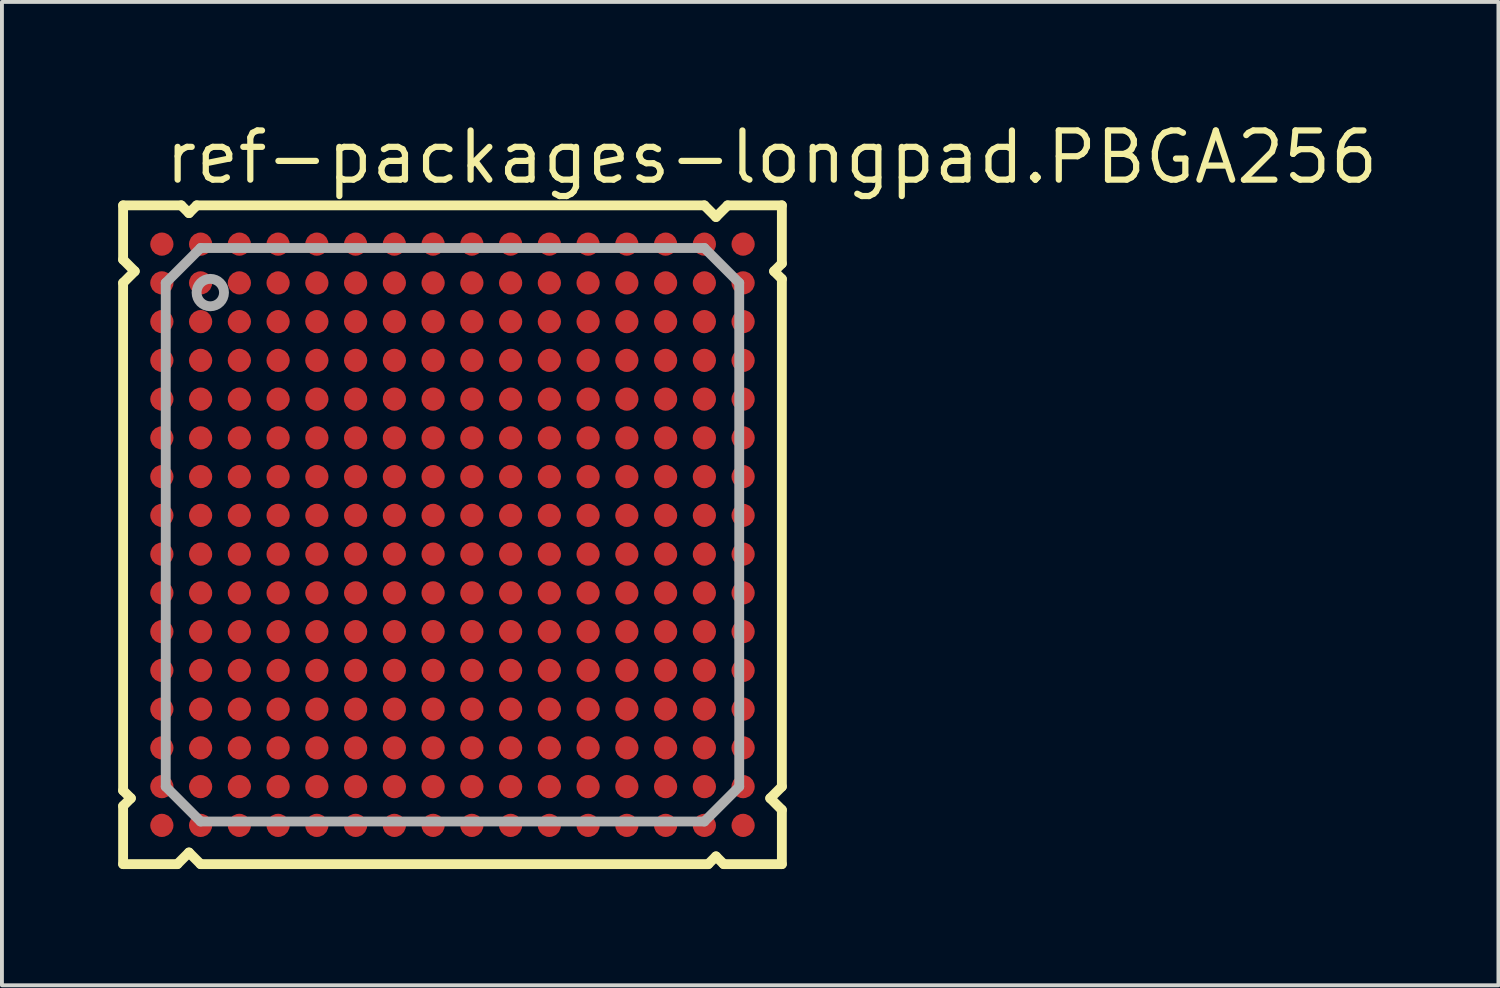
<source format=kicad_pcb>
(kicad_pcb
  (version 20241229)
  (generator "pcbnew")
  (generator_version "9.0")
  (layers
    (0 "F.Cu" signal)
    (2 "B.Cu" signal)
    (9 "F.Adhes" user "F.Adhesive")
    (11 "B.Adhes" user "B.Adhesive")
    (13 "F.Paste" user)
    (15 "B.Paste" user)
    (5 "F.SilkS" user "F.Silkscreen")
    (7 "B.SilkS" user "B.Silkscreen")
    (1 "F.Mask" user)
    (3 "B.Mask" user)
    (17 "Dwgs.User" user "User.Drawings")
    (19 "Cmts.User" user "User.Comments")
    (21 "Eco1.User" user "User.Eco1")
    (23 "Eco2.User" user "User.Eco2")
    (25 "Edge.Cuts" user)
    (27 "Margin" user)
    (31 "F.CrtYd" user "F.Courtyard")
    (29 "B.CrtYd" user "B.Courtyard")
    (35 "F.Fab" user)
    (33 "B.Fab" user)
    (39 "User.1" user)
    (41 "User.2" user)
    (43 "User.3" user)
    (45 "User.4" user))
  (footprint "ref-packages-longpad.PBGA256"
    (layer "F.Cu")
    (at 8.627 10.75)
    (property "Reference" "ref-packages-longpad.PBGA256" (at -7.5 -9 0) (layer "F.SilkS") (effects (font (size 1.27 1.27) (thickness 0.16)) (justify left bottom)))
    (attr smd)
    (fp_line (start -8.5 -8.5) (end -7 -8.5) (stroke (width 0.254) (type default)) (layer "F.SilkS"))
    (fp_line (start -8.5 -7.1) (end -8.5 -8.5) (stroke (width 0.254) (type default)) (layer "F.SilkS"))
    (fp_line (start -8.5 -6.5) (end -8.2 -6.8) (stroke (width 0.254) (type default)) (layer "F.SilkS"))
    (fp_line (start -8.5 6.6) (end -8.5 -6.5) (stroke (width 0.254) (type default)) (layer "F.SilkS"))
    (fp_line (start -8.5 7) (end -8.3 6.8) (stroke (width 0.254) (type default)) (layer "F.SilkS"))
    (fp_line (start -8.5 8.5) (end -8.5 7) (stroke (width 0.254) (type default)) (layer "F.SilkS"))
    (fp_line (start -8.3 6.8) (end -8.5 6.6) (stroke (width 0.254) (type default)) (layer "F.SilkS"))
    (fp_line (start -8.2 -6.8) (end -8.5 -7.1) (stroke (width 0.254) (type default)) (layer "F.SilkS"))
    (fp_line (start -7.1 8.5) (end -8.5 8.5) (stroke (width 0.254) (type default)) (layer "F.SilkS"))
    (fp_line (start -7 -8.5) (end -6.8 -8.3) (stroke (width 0.254) (type default)) (layer "F.SilkS"))
    (fp_line (start -6.8 -8.3) (end -6.6 -8.5) (stroke (width 0.254) (type default)) (layer "F.SilkS"))
    (fp_line (start -6.8 8.2) (end -7.1 8.5) (stroke (width 0.254) (type default)) (layer "F.SilkS"))
    (fp_line (start -6.6 -8.5) (end 6.5 -8.5) (stroke (width 0.254) (type default)) (layer "F.SilkS"))
    (fp_line (start -6.5 8.5) (end -6.8 8.2) (stroke (width 0.254) (type default)) (layer "F.SilkS"))
    (fp_line (start 6.5 -8.5) (end 6.8 -8.2) (stroke (width 0.254) (type default)) (layer "F.SilkS"))
    (fp_line (start 6.6 8.5) (end -6.5 8.5) (stroke (width 0.254) (type default)) (layer "F.SilkS"))
    (fp_line (start 6.8 -8.2) (end 7.1 -8.5) (stroke (width 0.254) (type default)) (layer "F.SilkS"))
    (fp_line (start 6.8 8.3) (end 6.6 8.5) (stroke (width 0.254) (type default)) (layer "F.SilkS"))
    (fp_line (start 7 8.5) (end 6.8 8.3) (stroke (width 0.254) (type default)) (layer "F.SilkS"))
    (fp_line (start 7.1 -8.5) (end 8.5 -8.5) (stroke (width 0.254) (type default)) (layer "F.SilkS"))
    (fp_line (start 8.2 6.8) (end 8.5 7.1) (stroke (width 0.254) (type default)) (layer "F.SilkS"))
    (fp_line (start 8.3 -6.8) (end 8.5 -6.6) (stroke (width 0.254) (type default)) (layer "F.SilkS"))
    (fp_line (start 8.5 -8.5) (end 8.5 -7) (stroke (width 0.254) (type default)) (layer "F.SilkS"))
    (fp_line (start 8.5 -7) (end 8.3 -6.8) (stroke (width 0.254) (type default)) (layer "F.SilkS"))
    (fp_line (start 8.5 -6.6) (end 8.5 6.5) (stroke (width 0.254) (type default)) (layer "F.SilkS"))
    (fp_line (start 8.5 6.5) (end 8.2 6.8) (stroke (width 0.254) (type default)) (layer "F.SilkS"))
    (fp_line (start 8.5 7.1) (end 8.5 8.5) (stroke (width 0.254) (type default)) (layer "F.SilkS"))
    (fp_line (start 8.5 8.5) (end 7 8.5) (stroke (width 0.254) (type default)) (layer "F.SilkS"))
    (fp_line (start -7.4 -6.5) (end -6.5 -7.4) (stroke (width 0.254) (type default)) (layer "F.Fab"))
    (fp_line (start -7.4 6.5) (end -7.4 -6.5) (stroke (width 0.254) (type default)) (layer "F.Fab"))
    (fp_line (start -6.5 -7.4) (end 6.5 -7.4) (stroke (width 0.254) (type default)) (layer "F.Fab"))
    (fp_line (start -6.5 7.4) (end -7.4 6.5) (stroke (width 0.254) (type default)) (layer "F.Fab"))
    (fp_line (start 6.5 -7.4) (end 7.4 -6.5) (stroke (width 0.254) (type default)) (layer "F.Fab"))
    (fp_line (start 6.5 7.4) (end -6.5 7.4) (stroke (width 0.254) (type default)) (layer "F.Fab"))
    (fp_line (start 7.4 -6.5) (end 7.4 6.5) (stroke (width 0.254) (type default)) (layer "F.Fab"))
    (fp_line (start 7.4 6.5) (end 6.5 7.4) (stroke (width 0.254) (type default)) (layer "F.Fab"))
    (fp_circle (center -6.25 -6.25) (end -5.896 -6.25) (stroke (width 0.254) (type default)) (fill no) (layer "F.Fab"))
    (pad "A1" smd roundrect (at -7.5 -7.5) (size 0.6 0.6) (layers "F.Cu" "F.Mask" "F.Paste") (roundrect_rratio 0.5))
    (pad "A2" smd roundrect (at -6.5 -7.5) (size 0.6 0.6) (layers "F.Cu" "F.Mask" "F.Paste") (roundrect_rratio 0.5))
    (pad "A3" smd roundrect (at -5.5 -7.5) (size 0.6 0.6) (layers "F.Cu" "F.Mask" "F.Paste") (roundrect_rratio 0.5))
    (pad "A4" smd roundrect (at -4.5 -7.5) (size 0.6 0.6) (layers "F.Cu" "F.Mask" "F.Paste") (roundrect_rratio 0.5))
    (pad "A5" smd roundrect (at -3.5 -7.5) (size 0.6 0.6) (layers "F.Cu" "F.Mask" "F.Paste") (roundrect_rratio 0.5))
    (pad "A6" smd roundrect (at -2.5 -7.5) (size 0.6 0.6) (layers "F.Cu" "F.Mask" "F.Paste") (roundrect_rratio 0.5))
    (pad "A7" smd roundrect (at -1.5 -7.5) (size 0.6 0.6) (layers "F.Cu" "F.Mask" "F.Paste") (roundrect_rratio 0.5))
    (pad "A8" smd roundrect (at -0.5 -7.5) (size 0.6 0.6) (layers "F.Cu" "F.Mask" "F.Paste") (roundrect_rratio 0.5))
    (pad "A9" smd roundrect (at 0.5 -7.5) (size 0.6 0.6) (layers "F.Cu" "F.Mask" "F.Paste") (roundrect_rratio 0.5))
    (pad "A10" smd roundrect (at 1.5 -7.5) (size 0.6 0.6) (layers "F.Cu" "F.Mask" "F.Paste") (roundrect_rratio 0.5))
    (pad "A11" smd roundrect (at 2.5 -7.5) (size 0.6 0.6) (layers "F.Cu" "F.Mask" "F.Paste") (roundrect_rratio 0.5))
    (pad "A12" smd roundrect (at 3.5 -7.5) (size 0.6 0.6) (layers "F.Cu" "F.Mask" "F.Paste") (roundrect_rratio 0.5))
    (pad "A13" smd roundrect (at 4.5 -7.5) (size 0.6 0.6) (layers "F.Cu" "F.Mask" "F.Paste") (roundrect_rratio 0.5))
    (pad "A14" smd roundrect (at 5.5 -7.5) (size 0.6 0.6) (layers "F.Cu" "F.Mask" "F.Paste") (roundrect_rratio 0.5))
    (pad "A15" smd roundrect (at 6.5 -7.5) (size 0.6 0.6) (layers "F.Cu" "F.Mask" "F.Paste") (roundrect_rratio 0.5))
    (pad "A16" smd roundrect (at 7.5 -7.5) (size 0.6 0.6) (layers "F.Cu" "F.Mask" "F.Paste") (roundrect_rratio 0.5))
    (pad "B1" smd roundrect (at -7.5 -6.5) (size 0.6 0.6) (layers "F.Cu" "F.Mask" "F.Paste") (roundrect_rratio 0.5))
    (pad "B2" smd roundrect (at -6.5 -6.5) (size 0.6 0.6) (layers "F.Cu" "F.Mask" "F.Paste") (roundrect_rratio 0.5))
    (pad "B3" smd roundrect (at -5.5 -6.5) (size 0.6 0.6) (layers "F.Cu" "F.Mask" "F.Paste") (roundrect_rratio 0.5))
    (pad "B4" smd roundrect (at -4.5 -6.5) (size 0.6 0.6) (layers "F.Cu" "F.Mask" "F.Paste") (roundrect_rratio 0.5))
    (pad "B5" smd roundrect (at -3.5 -6.5) (size 0.6 0.6) (layers "F.Cu" "F.Mask" "F.Paste") (roundrect_rratio 0.5))
    (pad "B6" smd roundrect (at -2.5 -6.5) (size 0.6 0.6) (layers "F.Cu" "F.Mask" "F.Paste") (roundrect_rratio 0.5))
    (pad "B7" smd roundrect (at -1.5 -6.5) (size 0.6 0.6) (layers "F.Cu" "F.Mask" "F.Paste") (roundrect_rratio 0.5))
    (pad "B8" smd roundrect (at -0.5 -6.5) (size 0.6 0.6) (layers "F.Cu" "F.Mask" "F.Paste") (roundrect_rratio 0.5))
    (pad "B9" smd roundrect (at 0.5 -6.5) (size 0.6 0.6) (layers "F.Cu" "F.Mask" "F.Paste") (roundrect_rratio 0.5))
    (pad "B10" smd roundrect (at 1.5 -6.5) (size 0.6 0.6) (layers "F.Cu" "F.Mask" "F.Paste") (roundrect_rratio 0.5))
    (pad "B11" smd roundrect (at 2.5 -6.5) (size 0.6 0.6) (layers "F.Cu" "F.Mask" "F.Paste") (roundrect_rratio 0.5))
    (pad "B12" smd roundrect (at 3.5 -6.5) (size 0.6 0.6) (layers "F.Cu" "F.Mask" "F.Paste") (roundrect_rratio 0.5))
    (pad "B13" smd roundrect (at 4.5 -6.5) (size 0.6 0.6) (layers "F.Cu" "F.Mask" "F.Paste") (roundrect_rratio 0.5))
    (pad "B14" smd roundrect (at 5.5 -6.5) (size 0.6 0.6) (layers "F.Cu" "F.Mask" "F.Paste") (roundrect_rratio 0.5))
    (pad "B15" smd roundrect (at 6.5 -6.5) (size 0.6 0.6) (layers "F.Cu" "F.Mask" "F.Paste") (roundrect_rratio 0.5))
    (pad "B16" smd roundrect (at 7.5 -6.5) (size 0.6 0.6) (layers "F.Cu" "F.Mask" "F.Paste") (roundrect_rratio 0.5))
    (pad "C1" smd roundrect (at -7.5 -5.5) (size 0.6 0.6) (layers "F.Cu" "F.Mask" "F.Paste") (roundrect_rratio 0.5))
    (pad "C2" smd roundrect (at -6.5 -5.5) (size 0.6 0.6) (layers "F.Cu" "F.Mask" "F.Paste") (roundrect_rratio 0.5))
    (pad "C3" smd roundrect (at -5.5 -5.5) (size 0.6 0.6) (layers "F.Cu" "F.Mask" "F.Paste") (roundrect_rratio 0.5))
    (pad "C4" smd roundrect (at -4.5 -5.5) (size 0.6 0.6) (layers "F.Cu" "F.Mask" "F.Paste") (roundrect_rratio 0.5))
    (pad "C5" smd roundrect (at -3.5 -5.5) (size 0.6 0.6) (layers "F.Cu" "F.Mask" "F.Paste") (roundrect_rratio 0.5))
    (pad "C6" smd roundrect (at -2.5 -5.5) (size 0.6 0.6) (layers "F.Cu" "F.Mask" "F.Paste") (roundrect_rratio 0.5))
    (pad "C7" smd roundrect (at -1.5 -5.5) (size 0.6 0.6) (layers "F.Cu" "F.Mask" "F.Paste") (roundrect_rratio 0.5))
    (pad "C8" smd roundrect (at -0.5 -5.5) (size 0.6 0.6) (layers "F.Cu" "F.Mask" "F.Paste") (roundrect_rratio 0.5))
    (pad "C9" smd roundrect (at 0.5 -5.5) (size 0.6 0.6) (layers "F.Cu" "F.Mask" "F.Paste") (roundrect_rratio 0.5))
    (pad "C10" smd roundrect (at 1.5 -5.5) (size 0.6 0.6) (layers "F.Cu" "F.Mask" "F.Paste") (roundrect_rratio 0.5))
    (pad "C11" smd roundrect (at 2.5 -5.5) (size 0.6 0.6) (layers "F.Cu" "F.Mask" "F.Paste") (roundrect_rratio 0.5))
    (pad "C12" smd roundrect (at 3.5 -5.5) (size 0.6 0.6) (layers "F.Cu" "F.Mask" "F.Paste") (roundrect_rratio 0.5))
    (pad "C13" smd roundrect (at 4.5 -5.5) (size 0.6 0.6) (layers "F.Cu" "F.Mask" "F.Paste") (roundrect_rratio 0.5))
    (pad "C14" smd roundrect (at 5.5 -5.5) (size 0.6 0.6) (layers "F.Cu" "F.Mask" "F.Paste") (roundrect_rratio 0.5))
    (pad "C15" smd roundrect (at 6.5 -5.5) (size 0.6 0.6) (layers "F.Cu" "F.Mask" "F.Paste") (roundrect_rratio 0.5))
    (pad "C16" smd roundrect (at 7.5 -5.5) (size 0.6 0.6) (layers "F.Cu" "F.Mask" "F.Paste") (roundrect_rratio 0.5))
    (pad "D1" smd roundrect (at -7.5 -4.5) (size 0.6 0.6) (layers "F.Cu" "F.Mask" "F.Paste") (roundrect_rratio 0.5))
    (pad "D2" smd roundrect (at -6.5 -4.5) (size 0.6 0.6) (layers "F.Cu" "F.Mask" "F.Paste") (roundrect_rratio 0.5))
    (pad "D3" smd roundrect (at -5.5 -4.5) (size 0.6 0.6) (layers "F.Cu" "F.Mask" "F.Paste") (roundrect_rratio 0.5))
    (pad "D4" smd roundrect (at -4.5 -4.5) (size 0.6 0.6) (layers "F.Cu" "F.Mask" "F.Paste") (roundrect_rratio 0.5))
    (pad "D5" smd roundrect (at -3.5 -4.5) (size 0.6 0.6) (layers "F.Cu" "F.Mask" "F.Paste") (roundrect_rratio 0.5))
    (pad "D6" smd roundrect (at -2.5 -4.5) (size 0.6 0.6) (layers "F.Cu" "F.Mask" "F.Paste") (roundrect_rratio 0.5))
    (pad "D7" smd roundrect (at -1.5 -4.5) (size 0.6 0.6) (layers "F.Cu" "F.Mask" "F.Paste") (roundrect_rratio 0.5))
    (pad "D8" smd roundrect (at -0.5 -4.5) (size 0.6 0.6) (layers "F.Cu" "F.Mask" "F.Paste") (roundrect_rratio 0.5))
    (pad "D9" smd roundrect (at 0.5 -4.5) (size 0.6 0.6) (layers "F.Cu" "F.Mask" "F.Paste") (roundrect_rratio 0.5))
    (pad "D10" smd roundrect (at 1.5 -4.5) (size 0.6 0.6) (layers "F.Cu" "F.Mask" "F.Paste") (roundrect_rratio 0.5))
    (pad "D11" smd roundrect (at 2.5 -4.5) (size 0.6 0.6) (layers "F.Cu" "F.Mask" "F.Paste") (roundrect_rratio 0.5))
    (pad "D12" smd roundrect (at 3.5 -4.5) (size 0.6 0.6) (layers "F.Cu" "F.Mask" "F.Paste") (roundrect_rratio 0.5))
    (pad "D13" smd roundrect (at 4.5 -4.5) (size 0.6 0.6) (layers "F.Cu" "F.Mask" "F.Paste") (roundrect_rratio 0.5))
    (pad "D14" smd roundrect (at 5.5 -4.5) (size 0.6 0.6) (layers "F.Cu" "F.Mask" "F.Paste") (roundrect_rratio 0.5))
    (pad "D15" smd roundrect (at 6.5 -4.5) (size 0.6 0.6) (layers "F.Cu" "F.Mask" "F.Paste") (roundrect_rratio 0.5))
    (pad "D16" smd roundrect (at 7.5 -4.5) (size 0.6 0.6) (layers "F.Cu" "F.Mask" "F.Paste") (roundrect_rratio 0.5))
    (pad "E1" smd roundrect (at -7.5 -3.5) (size 0.6 0.6) (layers "F.Cu" "F.Mask" "F.Paste") (roundrect_rratio 0.5))
    (pad "E2" smd roundrect (at -6.5 -3.5) (size 0.6 0.6) (layers "F.Cu" "F.Mask" "F.Paste") (roundrect_rratio 0.5))
    (pad "E3" smd roundrect (at -5.5 -3.5) (size 0.6 0.6) (layers "F.Cu" "F.Mask" "F.Paste") (roundrect_rratio 0.5))
    (pad "E4" smd roundrect (at -4.5 -3.5) (size 0.6 0.6) (layers "F.Cu" "F.Mask" "F.Paste") (roundrect_rratio 0.5))
    (pad "E5" smd roundrect (at -3.5 -3.5) (size 0.6 0.6) (layers "F.Cu" "F.Mask" "F.Paste") (roundrect_rratio 0.5))
    (pad "E6" smd roundrect (at -2.5 -3.5) (size 0.6 0.6) (layers "F.Cu" "F.Mask" "F.Paste") (roundrect_rratio 0.5))
    (pad "E7" smd roundrect (at -1.5 -3.5) (size 0.6 0.6) (layers "F.Cu" "F.Mask" "F.Paste") (roundrect_rratio 0.5))
    (pad "E8" smd roundrect (at -0.5 -3.5) (size 0.6 0.6) (layers "F.Cu" "F.Mask" "F.Paste") (roundrect_rratio 0.5))
    (pad "E9" smd roundrect (at 0.5 -3.5) (size 0.6 0.6) (layers "F.Cu" "F.Mask" "F.Paste") (roundrect_rratio 0.5))
    (pad "E10" smd roundrect (at 1.5 -3.5) (size 0.6 0.6) (layers "F.Cu" "F.Mask" "F.Paste") (roundrect_rratio 0.5))
    (pad "E11" smd roundrect (at 2.5 -3.5) (size 0.6 0.6) (layers "F.Cu" "F.Mask" "F.Paste") (roundrect_rratio 0.5))
    (pad "E12" smd roundrect (at 3.5 -3.5) (size 0.6 0.6) (layers "F.Cu" "F.Mask" "F.Paste") (roundrect_rratio 0.5))
    (pad "E13" smd roundrect (at 4.5 -3.5) (size 0.6 0.6) (layers "F.Cu" "F.Mask" "F.Paste") (roundrect_rratio 0.5))
    (pad "E14" smd roundrect (at 5.5 -3.5) (size 0.6 0.6) (layers "F.Cu" "F.Mask" "F.Paste") (roundrect_rratio 0.5))
    (pad "E15" smd roundrect (at 6.5 -3.5) (size 0.6 0.6) (layers "F.Cu" "F.Mask" "F.Paste") (roundrect_rratio 0.5))
    (pad "E16" smd roundrect (at 7.5 -3.5) (size 0.6 0.6) (layers "F.Cu" "F.Mask" "F.Paste") (roundrect_rratio 0.5))
    (pad "F1" smd roundrect (at -7.5 -2.5) (size 0.6 0.6) (layers "F.Cu" "F.Mask" "F.Paste") (roundrect_rratio 0.5))
    (pad "F2" smd roundrect (at -6.5 -2.5) (size 0.6 0.6) (layers "F.Cu" "F.Mask" "F.Paste") (roundrect_rratio 0.5))
    (pad "F3" smd roundrect (at -5.5 -2.5) (size 0.6 0.6) (layers "F.Cu" "F.Mask" "F.Paste") (roundrect_rratio 0.5))
    (pad "F4" smd roundrect (at -4.5 -2.5) (size 0.6 0.6) (layers "F.Cu" "F.Mask" "F.Paste") (roundrect_rratio 0.5))
    (pad "F5" smd roundrect (at -3.5 -2.5) (size 0.6 0.6) (layers "F.Cu" "F.Mask" "F.Paste") (roundrect_rratio 0.5))
    (pad "F6" smd roundrect (at -2.5 -2.5) (size 0.6 0.6) (layers "F.Cu" "F.Mask" "F.Paste") (roundrect_rratio 0.5))
    (pad "F7" smd roundrect (at -1.5 -2.5) (size 0.6 0.6) (layers "F.Cu" "F.Mask" "F.Paste") (roundrect_rratio 0.5))
    (pad "F8" smd roundrect (at -0.5 -2.5) (size 0.6 0.6) (layers "F.Cu" "F.Mask" "F.Paste") (roundrect_rratio 0.5))
    (pad "F9" smd roundrect (at 0.5 -2.5) (size 0.6 0.6) (layers "F.Cu" "F.Mask" "F.Paste") (roundrect_rratio 0.5))
    (pad "F10" smd roundrect (at 1.5 -2.5) (size 0.6 0.6) (layers "F.Cu" "F.Mask" "F.Paste") (roundrect_rratio 0.5))
    (pad "F11" smd roundrect (at 2.5 -2.5) (size 0.6 0.6) (layers "F.Cu" "F.Mask" "F.Paste") (roundrect_rratio 0.5))
    (pad "F12" smd roundrect (at 3.5 -2.5) (size 0.6 0.6) (layers "F.Cu" "F.Mask" "F.Paste") (roundrect_rratio 0.5))
    (pad "F13" smd roundrect (at 4.5 -2.5) (size 0.6 0.6) (layers "F.Cu" "F.Mask" "F.Paste") (roundrect_rratio 0.5))
    (pad "F14" smd roundrect (at 5.5 -2.5) (size 0.6 0.6) (layers "F.Cu" "F.Mask" "F.Paste") (roundrect_rratio 0.5))
    (pad "F15" smd roundrect (at 6.5 -2.5) (size 0.6 0.6) (layers "F.Cu" "F.Mask" "F.Paste") (roundrect_rratio 0.5))
    (pad "F16" smd roundrect (at 7.5 -2.5) (size 0.6 0.6) (layers "F.Cu" "F.Mask" "F.Paste") (roundrect_rratio 0.5))
    (pad "G1" smd roundrect (at -7.5 -1.5) (size 0.6 0.6) (layers "F.Cu" "F.Mask" "F.Paste") (roundrect_rratio 0.5))
    (pad "G2" smd roundrect (at -6.5 -1.5) (size 0.6 0.6) (layers "F.Cu" "F.Mask" "F.Paste") (roundrect_rratio 0.5))
    (pad "G3" smd roundrect (at -5.5 -1.5) (size 0.6 0.6) (layers "F.Cu" "F.Mask" "F.Paste") (roundrect_rratio 0.5))
    (pad "G4" smd roundrect (at -4.5 -1.5) (size 0.6 0.6) (layers "F.Cu" "F.Mask" "F.Paste") (roundrect_rratio 0.5))
    (pad "G5" smd roundrect (at -3.5 -1.5) (size 0.6 0.6) (layers "F.Cu" "F.Mask" "F.Paste") (roundrect_rratio 0.5))
    (pad "G6" smd roundrect (at -2.5 -1.5) (size 0.6 0.6) (layers "F.Cu" "F.Mask" "F.Paste") (roundrect_rratio 0.5))
    (pad "G7" smd roundrect (at -1.5 -1.5) (size 0.6 0.6) (layers "F.Cu" "F.Mask" "F.Paste") (roundrect_rratio 0.5))
    (pad "G8" smd roundrect (at -0.5 -1.5) (size 0.6 0.6) (layers "F.Cu" "F.Mask" "F.Paste") (roundrect_rratio 0.5))
    (pad "G9" smd roundrect (at 0.5 -1.5) (size 0.6 0.6) (layers "F.Cu" "F.Mask" "F.Paste") (roundrect_rratio 0.5))
    (pad "G10" smd roundrect (at 1.5 -1.5) (size 0.6 0.6) (layers "F.Cu" "F.Mask" "F.Paste") (roundrect_rratio 0.5))
    (pad "G11" smd roundrect (at 2.5 -1.5) (size 0.6 0.6) (layers "F.Cu" "F.Mask" "F.Paste") (roundrect_rratio 0.5))
    (pad "G12" smd roundrect (at 3.5 -1.5) (size 0.6 0.6) (layers "F.Cu" "F.Mask" "F.Paste") (roundrect_rratio 0.5))
    (pad "G13" smd roundrect (at 4.5 -1.5) (size 0.6 0.6) (layers "F.Cu" "F.Mask" "F.Paste") (roundrect_rratio 0.5))
    (pad "G14" smd roundrect (at 5.5 -1.5) (size 0.6 0.6) (layers "F.Cu" "F.Mask" "F.Paste") (roundrect_rratio 0.5))
    (pad "G15" smd roundrect (at 6.5 -1.5) (size 0.6 0.6) (layers "F.Cu" "F.Mask" "F.Paste") (roundrect_rratio 0.5))
    (pad "G16" smd roundrect (at 7.5 -1.5) (size 0.6 0.6) (layers "F.Cu" "F.Mask" "F.Paste") (roundrect_rratio 0.5))
    (pad "H1" smd roundrect (at -7.5 -0.5) (size 0.6 0.6) (layers "F.Cu" "F.Mask" "F.Paste") (roundrect_rratio 0.5))
    (pad "H2" smd roundrect (at -6.5 -0.5) (size 0.6 0.6) (layers "F.Cu" "F.Mask" "F.Paste") (roundrect_rratio 0.5))
    (pad "H3" smd roundrect (at -5.5 -0.5) (size 0.6 0.6) (layers "F.Cu" "F.Mask" "F.Paste") (roundrect_rratio 0.5))
    (pad "H4" smd roundrect (at -4.5 -0.5) (size 0.6 0.6) (layers "F.Cu" "F.Mask" "F.Paste") (roundrect_rratio 0.5))
    (pad "H5" smd roundrect (at -3.5 -0.5) (size 0.6 0.6) (layers "F.Cu" "F.Mask" "F.Paste") (roundrect_rratio 0.5))
    (pad "H6" smd roundrect (at -2.5 -0.5) (size 0.6 0.6) (layers "F.Cu" "F.Mask" "F.Paste") (roundrect_rratio 0.5))
    (pad "H7" smd roundrect (at -1.5 -0.5) (size 0.6 0.6) (layers "F.Cu" "F.Mask" "F.Paste") (roundrect_rratio 0.5))
    (pad "H8" smd roundrect (at -0.5 -0.5) (size 0.6 0.6) (layers "F.Cu" "F.Mask" "F.Paste") (roundrect_rratio 0.5))
    (pad "H9" smd roundrect (at 0.5 -0.5) (size 0.6 0.6) (layers "F.Cu" "F.Mask" "F.Paste") (roundrect_rratio 0.5))
    (pad "H10" smd roundrect (at 1.5 -0.5) (size 0.6 0.6) (layers "F.Cu" "F.Mask" "F.Paste") (roundrect_rratio 0.5))
    (pad "H11" smd roundrect (at 2.5 -0.5) (size 0.6 0.6) (layers "F.Cu" "F.Mask" "F.Paste") (roundrect_rratio 0.5))
    (pad "H12" smd roundrect (at 3.5 -0.5) (size 0.6 0.6) (layers "F.Cu" "F.Mask" "F.Paste") (roundrect_rratio 0.5))
    (pad "H13" smd roundrect (at 4.5 -0.5) (size 0.6 0.6) (layers "F.Cu" "F.Mask" "F.Paste") (roundrect_rratio 0.5))
    (pad "H14" smd roundrect (at 5.5 -0.5) (size 0.6 0.6) (layers "F.Cu" "F.Mask" "F.Paste") (roundrect_rratio 0.5))
    (pad "H15" smd roundrect (at 6.5 -0.5) (size 0.6 0.6) (layers "F.Cu" "F.Mask" "F.Paste") (roundrect_rratio 0.5))
    (pad "H16" smd roundrect (at 7.5 -0.5) (size 0.6 0.6) (layers "F.Cu" "F.Mask" "F.Paste") (roundrect_rratio 0.5))
    (pad "J1" smd roundrect (at -7.5 0.5) (size 0.6 0.6) (layers "F.Cu" "F.Mask" "F.Paste") (roundrect_rratio 0.5))
    (pad "J2" smd roundrect (at -6.5 0.5) (size 0.6 0.6) (layers "F.Cu" "F.Mask" "F.Paste") (roundrect_rratio 0.5))
    (pad "J3" smd roundrect (at -5.5 0.5) (size 0.6 0.6) (layers "F.Cu" "F.Mask" "F.Paste") (roundrect_rratio 0.5))
    (pad "J4" smd roundrect (at -4.5 0.5) (size 0.6 0.6) (layers "F.Cu" "F.Mask" "F.Paste") (roundrect_rratio 0.5))
    (pad "J5" smd roundrect (at -3.5 0.5) (size 0.6 0.6) (layers "F.Cu" "F.Mask" "F.Paste") (roundrect_rratio 0.5))
    (pad "J6" smd roundrect (at -2.5 0.5) (size 0.6 0.6) (layers "F.Cu" "F.Mask" "F.Paste") (roundrect_rratio 0.5))
    (pad "J7" smd roundrect (at -1.5 0.5) (size 0.6 0.6) (layers "F.Cu" "F.Mask" "F.Paste") (roundrect_rratio 0.5))
    (pad "J8" smd roundrect (at -0.5 0.5) (size 0.6 0.6) (layers "F.Cu" "F.Mask" "F.Paste") (roundrect_rratio 0.5))
    (pad "J9" smd roundrect (at 0.5 0.5) (size 0.6 0.6) (layers "F.Cu" "F.Mask" "F.Paste") (roundrect_rratio 0.5))
    (pad "J10" smd roundrect (at 1.5 0.5) (size 0.6 0.6) (layers "F.Cu" "F.Mask" "F.Paste") (roundrect_rratio 0.5))
    (pad "J11" smd roundrect (at 2.5 0.5) (size 0.6 0.6) (layers "F.Cu" "F.Mask" "F.Paste") (roundrect_rratio 0.5))
    (pad "J12" smd roundrect (at 3.5 0.5) (size 0.6 0.6) (layers "F.Cu" "F.Mask" "F.Paste") (roundrect_rratio 0.5))
    (pad "J13" smd roundrect (at 4.5 0.5) (size 0.6 0.6) (layers "F.Cu" "F.Mask" "F.Paste") (roundrect_rratio 0.5))
    (pad "J14" smd roundrect (at 5.5 0.5) (size 0.6 0.6) (layers "F.Cu" "F.Mask" "F.Paste") (roundrect_rratio 0.5))
    (pad "J15" smd roundrect (at 6.5 0.5) (size 0.6 0.6) (layers "F.Cu" "F.Mask" "F.Paste") (roundrect_rratio 0.5))
    (pad "J16" smd roundrect (at 7.5 0.5) (size 0.6 0.6) (layers "F.Cu" "F.Mask" "F.Paste") (roundrect_rratio 0.5))
    (pad "K1" smd roundrect (at -7.5 1.5) (size 0.6 0.6) (layers "F.Cu" "F.Mask" "F.Paste") (roundrect_rratio 0.5))
    (pad "K2" smd roundrect (at -6.5 1.5) (size 0.6 0.6) (layers "F.Cu" "F.Mask" "F.Paste") (roundrect_rratio 0.5))
    (pad "K3" smd roundrect (at -5.5 1.5) (size 0.6 0.6) (layers "F.Cu" "F.Mask" "F.Paste") (roundrect_rratio 0.5))
    (pad "K4" smd roundrect (at -4.5 1.5) (size 0.6 0.6) (layers "F.Cu" "F.Mask" "F.Paste") (roundrect_rratio 0.5))
    (pad "K5" smd roundrect (at -3.5 1.5) (size 0.6 0.6) (layers "F.Cu" "F.Mask" "F.Paste") (roundrect_rratio 0.5))
    (pad "K6" smd roundrect (at -2.5 1.5) (size 0.6 0.6) (layers "F.Cu" "F.Mask" "F.Paste") (roundrect_rratio 0.5))
    (pad "K7" smd roundrect (at -1.5 1.5) (size 0.6 0.6) (layers "F.Cu" "F.Mask" "F.Paste") (roundrect_rratio 0.5))
    (pad "K8" smd roundrect (at -0.5 1.5) (size 0.6 0.6) (layers "F.Cu" "F.Mask" "F.Paste") (roundrect_rratio 0.5))
    (pad "K9" smd roundrect (at 0.5 1.5) (size 0.6 0.6) (layers "F.Cu" "F.Mask" "F.Paste") (roundrect_rratio 0.5))
    (pad "K10" smd roundrect (at 1.5 1.5) (size 0.6 0.6) (layers "F.Cu" "F.Mask" "F.Paste") (roundrect_rratio 0.5))
    (pad "K11" smd roundrect (at 2.5 1.5) (size 0.6 0.6) (layers "F.Cu" "F.Mask" "F.Paste") (roundrect_rratio 0.5))
    (pad "K12" smd roundrect (at 3.5 1.5) (size 0.6 0.6) (layers "F.Cu" "F.Mask" "F.Paste") (roundrect_rratio 0.5))
    (pad "K13" smd roundrect (at 4.5 1.5) (size 0.6 0.6) (layers "F.Cu" "F.Mask" "F.Paste") (roundrect_rratio 0.5))
    (pad "K14" smd roundrect (at 5.5 1.5) (size 0.6 0.6) (layers "F.Cu" "F.Mask" "F.Paste") (roundrect_rratio 0.5))
    (pad "K15" smd roundrect (at 6.5 1.5) (size 0.6 0.6) (layers "F.Cu" "F.Mask" "F.Paste") (roundrect_rratio 0.5))
    (pad "K16" smd roundrect (at 7.5 1.5) (size 0.6 0.6) (layers "F.Cu" "F.Mask" "F.Paste") (roundrect_rratio 0.5))
    (pad "L1" smd roundrect (at -7.5 2.5) (size 0.6 0.6) (layers "F.Cu" "F.Mask" "F.Paste") (roundrect_rratio 0.5))
    (pad "L2" smd roundrect (at -6.5 2.5) (size 0.6 0.6) (layers "F.Cu" "F.Mask" "F.Paste") (roundrect_rratio 0.5))
    (pad "L3" smd roundrect (at -5.5 2.5) (size 0.6 0.6) (layers "F.Cu" "F.Mask" "F.Paste") (roundrect_rratio 0.5))
    (pad "L4" smd roundrect (at -4.5 2.5) (size 0.6 0.6) (layers "F.Cu" "F.Mask" "F.Paste") (roundrect_rratio 0.5))
    (pad "L5" smd roundrect (at -3.5 2.5) (size 0.6 0.6) (layers "F.Cu" "F.Mask" "F.Paste") (roundrect_rratio 0.5))
    (pad "L6" smd roundrect (at -2.5 2.5) (size 0.6 0.6) (layers "F.Cu" "F.Mask" "F.Paste") (roundrect_rratio 0.5))
    (pad "L7" smd roundrect (at -1.5 2.5) (size 0.6 0.6) (layers "F.Cu" "F.Mask" "F.Paste") (roundrect_rratio 0.5))
    (pad "L8" smd roundrect (at -0.5 2.5) (size 0.6 0.6) (layers "F.Cu" "F.Mask" "F.Paste") (roundrect_rratio 0.5))
    (pad "L9" smd roundrect (at 0.5 2.5) (size 0.6 0.6) (layers "F.Cu" "F.Mask" "F.Paste") (roundrect_rratio 0.5))
    (pad "L10" smd roundrect (at 1.5 2.5) (size 0.6 0.6) (layers "F.Cu" "F.Mask" "F.Paste") (roundrect_rratio 0.5))
    (pad "L11" smd roundrect (at 2.5 2.5) (size 0.6 0.6) (layers "F.Cu" "F.Mask" "F.Paste") (roundrect_rratio 0.5))
    (pad "L12" smd roundrect (at 3.5 2.5) (size 0.6 0.6) (layers "F.Cu" "F.Mask" "F.Paste") (roundrect_rratio 0.5))
    (pad "L13" smd roundrect (at 4.5 2.5) (size 0.6 0.6) (layers "F.Cu" "F.Mask" "F.Paste") (roundrect_rratio 0.5))
    (pad "L14" smd roundrect (at 5.5 2.5) (size 0.6 0.6) (layers "F.Cu" "F.Mask" "F.Paste") (roundrect_rratio 0.5))
    (pad "L15" smd roundrect (at 6.5 2.5) (size 0.6 0.6) (layers "F.Cu" "F.Mask" "F.Paste") (roundrect_rratio 0.5))
    (pad "L16" smd roundrect (at 7.5 2.5) (size 0.6 0.6) (layers "F.Cu" "F.Mask" "F.Paste") (roundrect_rratio 0.5))
    (pad "M1" smd roundrect (at -7.5 3.5) (size 0.6 0.6) (layers "F.Cu" "F.Mask" "F.Paste") (roundrect_rratio 0.5))
    (pad "M2" smd roundrect (at -6.5 3.5) (size 0.6 0.6) (layers "F.Cu" "F.Mask" "F.Paste") (roundrect_rratio 0.5))
    (pad "M3" smd roundrect (at -5.5 3.5) (size 0.6 0.6) (layers "F.Cu" "F.Mask" "F.Paste") (roundrect_rratio 0.5))
    (pad "M4" smd roundrect (at -4.5 3.5) (size 0.6 0.6) (layers "F.Cu" "F.Mask" "F.Paste") (roundrect_rratio 0.5))
    (pad "M5" smd roundrect (at -3.5 3.5) (size 0.6 0.6) (layers "F.Cu" "F.Mask" "F.Paste") (roundrect_rratio 0.5))
    (pad "M6" smd roundrect (at -2.5 3.5) (size 0.6 0.6) (layers "F.Cu" "F.Mask" "F.Paste") (roundrect_rratio 0.5))
    (pad "M7" smd roundrect (at -1.5 3.5) (size 0.6 0.6) (layers "F.Cu" "F.Mask" "F.Paste") (roundrect_rratio 0.5))
    (pad "M8" smd roundrect (at -0.5 3.5) (size 0.6 0.6) (layers "F.Cu" "F.Mask" "F.Paste") (roundrect_rratio 0.5))
    (pad "M9" smd roundrect (at 0.5 3.5) (size 0.6 0.6) (layers "F.Cu" "F.Mask" "F.Paste") (roundrect_rratio 0.5))
    (pad "M10" smd roundrect (at 1.5 3.5) (size 0.6 0.6) (layers "F.Cu" "F.Mask" "F.Paste") (roundrect_rratio 0.5))
    (pad "M11" smd roundrect (at 2.5 3.5) (size 0.6 0.6) (layers "F.Cu" "F.Mask" "F.Paste") (roundrect_rratio 0.5))
    (pad "M12" smd roundrect (at 3.5 3.5) (size 0.6 0.6) (layers "F.Cu" "F.Mask" "F.Paste") (roundrect_rratio 0.5))
    (pad "M13" smd roundrect (at 4.5 3.5) (size 0.6 0.6) (layers "F.Cu" "F.Mask" "F.Paste") (roundrect_rratio 0.5))
    (pad "M14" smd roundrect (at 5.5 3.5) (size 0.6 0.6) (layers "F.Cu" "F.Mask" "F.Paste") (roundrect_rratio 0.5))
    (pad "M15" smd roundrect (at 6.5 3.5) (size 0.6 0.6) (layers "F.Cu" "F.Mask" "F.Paste") (roundrect_rratio 0.5))
    (pad "M16" smd roundrect (at 7.5 3.5) (size 0.6 0.6) (layers "F.Cu" "F.Mask" "F.Paste") (roundrect_rratio 0.5))
    (pad "N1" smd roundrect (at -7.5 4.5) (size 0.6 0.6) (layers "F.Cu" "F.Mask" "F.Paste") (roundrect_rratio 0.5))
    (pad "N2" smd roundrect (at -6.5 4.5) (size 0.6 0.6) (layers "F.Cu" "F.Mask" "F.Paste") (roundrect_rratio 0.5))
    (pad "N3" smd roundrect (at -5.5 4.5) (size 0.6 0.6) (layers "F.Cu" "F.Mask" "F.Paste") (roundrect_rratio 0.5))
    (pad "N4" smd roundrect (at -4.5 4.5) (size 0.6 0.6) (layers "F.Cu" "F.Mask" "F.Paste") (roundrect_rratio 0.5))
    (pad "N5" smd roundrect (at -3.5 4.5) (size 0.6 0.6) (layers "F.Cu" "F.Mask" "F.Paste") (roundrect_rratio 0.5))
    (pad "N6" smd roundrect (at -2.5 4.5) (size 0.6 0.6) (layers "F.Cu" "F.Mask" "F.Paste") (roundrect_rratio 0.5))
    (pad "N7" smd roundrect (at -1.5 4.5) (size 0.6 0.6) (layers "F.Cu" "F.Mask" "F.Paste") (roundrect_rratio 0.5))
    (pad "N8" smd roundrect (at -0.5 4.5) (size 0.6 0.6) (layers "F.Cu" "F.Mask" "F.Paste") (roundrect_rratio 0.5))
    (pad "N9" smd roundrect (at 0.5 4.5) (size 0.6 0.6) (layers "F.Cu" "F.Mask" "F.Paste") (roundrect_rratio 0.5))
    (pad "N10" smd roundrect (at 1.5 4.5) (size 0.6 0.6) (layers "F.Cu" "F.Mask" "F.Paste") (roundrect_rratio 0.5))
    (pad "N11" smd roundrect (at 2.5 4.5) (size 0.6 0.6) (layers "F.Cu" "F.Mask" "F.Paste") (roundrect_rratio 0.5))
    (pad "N12" smd roundrect (at 3.5 4.5) (size 0.6 0.6) (layers "F.Cu" "F.Mask" "F.Paste") (roundrect_rratio 0.5))
    (pad "N13" smd roundrect (at 4.5 4.5) (size 0.6 0.6) (layers "F.Cu" "F.Mask" "F.Paste") (roundrect_rratio 0.5))
    (pad "N14" smd roundrect (at 5.5 4.5) (size 0.6 0.6) (layers "F.Cu" "F.Mask" "F.Paste") (roundrect_rratio 0.5))
    (pad "N15" smd roundrect (at 6.5 4.5) (size 0.6 0.6) (layers "F.Cu" "F.Mask" "F.Paste") (roundrect_rratio 0.5))
    (pad "N16" smd roundrect (at 7.5 4.5) (size 0.6 0.6) (layers "F.Cu" "F.Mask" "F.Paste") (roundrect_rratio 0.5))
    (pad "P1" smd roundrect (at -7.5 5.5) (size 0.6 0.6) (layers "F.Cu" "F.Mask" "F.Paste") (roundrect_rratio 0.5))
    (pad "P2" smd roundrect (at -6.5 5.5) (size 0.6 0.6) (layers "F.Cu" "F.Mask" "F.Paste") (roundrect_rratio 0.5))
    (pad "P3" smd roundrect (at -5.5 5.5) (size 0.6 0.6) (layers "F.Cu" "F.Mask" "F.Paste") (roundrect_rratio 0.5))
    (pad "P4" smd roundrect (at -4.5 5.5) (size 0.6 0.6) (layers "F.Cu" "F.Mask" "F.Paste") (roundrect_rratio 0.5))
    (pad "P5" smd roundrect (at -3.5 5.5) (size 0.6 0.6) (layers "F.Cu" "F.Mask" "F.Paste") (roundrect_rratio 0.5))
    (pad "P6" smd roundrect (at -2.5 5.5) (size 0.6 0.6) (layers "F.Cu" "F.Mask" "F.Paste") (roundrect_rratio 0.5))
    (pad "P7" smd roundrect (at -1.5 5.5) (size 0.6 0.6) (layers "F.Cu" "F.Mask" "F.Paste") (roundrect_rratio 0.5))
    (pad "P8" smd roundrect (at -0.5 5.5) (size 0.6 0.6) (layers "F.Cu" "F.Mask" "F.Paste") (roundrect_rratio 0.5))
    (pad "P9" smd roundrect (at 0.5 5.5) (size 0.6 0.6) (layers "F.Cu" "F.Mask" "F.Paste") (roundrect_rratio 0.5))
    (pad "P10" smd roundrect (at 1.5 5.5) (size 0.6 0.6) (layers "F.Cu" "F.Mask" "F.Paste") (roundrect_rratio 0.5))
    (pad "P11" smd roundrect (at 2.5 5.5) (size 0.6 0.6) (layers "F.Cu" "F.Mask" "F.Paste") (roundrect_rratio 0.5))
    (pad "P12" smd roundrect (at 3.5 5.5) (size 0.6 0.6) (layers "F.Cu" "F.Mask" "F.Paste") (roundrect_rratio 0.5))
    (pad "P13" smd roundrect (at 4.5 5.5) (size 0.6 0.6) (layers "F.Cu" "F.Mask" "F.Paste") (roundrect_rratio 0.5))
    (pad "P14" smd roundrect (at 5.5 5.5) (size 0.6 0.6) (layers "F.Cu" "F.Mask" "F.Paste") (roundrect_rratio 0.5))
    (pad "P15" smd roundrect (at 6.5 5.5) (size 0.6 0.6) (layers "F.Cu" "F.Mask" "F.Paste") (roundrect_rratio 0.5))
    (pad "P16" smd roundrect (at 7.5 5.5) (size 0.6 0.6) (layers "F.Cu" "F.Mask" "F.Paste") (roundrect_rratio 0.5))
    (pad "R1" smd roundrect (at -7.5 6.5) (size 0.6 0.6) (layers "F.Cu" "F.Mask" "F.Paste") (roundrect_rratio 0.5))
    (pad "R2" smd roundrect (at -6.5 6.5) (size 0.6 0.6) (layers "F.Cu" "F.Mask" "F.Paste") (roundrect_rratio 0.5))
    (pad "R3" smd roundrect (at -5.5 6.5) (size 0.6 0.6) (layers "F.Cu" "F.Mask" "F.Paste") (roundrect_rratio 0.5))
    (pad "R4" smd roundrect (at -4.5 6.5) (size 0.6 0.6) (layers "F.Cu" "F.Mask" "F.Paste") (roundrect_rratio 0.5))
    (pad "R5" smd roundrect (at -3.5 6.5) (size 0.6 0.6) (layers "F.Cu" "F.Mask" "F.Paste") (roundrect_rratio 0.5))
    (pad "R6" smd roundrect (at -2.5 6.5) (size 0.6 0.6) (layers "F.Cu" "F.Mask" "F.Paste") (roundrect_rratio 0.5))
    (pad "R7" smd roundrect (at -1.5 6.5) (size 0.6 0.6) (layers "F.Cu" "F.Mask" "F.Paste") (roundrect_rratio 0.5))
    (pad "R8" smd roundrect (at -0.5 6.5) (size 0.6 0.6) (layers "F.Cu" "F.Mask" "F.Paste") (roundrect_rratio 0.5))
    (pad "R9" smd roundrect (at 0.5 6.5) (size 0.6 0.6) (layers "F.Cu" "F.Mask" "F.Paste") (roundrect_rratio 0.5))
    (pad "R10" smd roundrect (at 1.5 6.5) (size 0.6 0.6) (layers "F.Cu" "F.Mask" "F.Paste") (roundrect_rratio 0.5))
    (pad "R11" smd roundrect (at 2.5 6.5) (size 0.6 0.6) (layers "F.Cu" "F.Mask" "F.Paste") (roundrect_rratio 0.5))
    (pad "R12" smd roundrect (at 3.5 6.5) (size 0.6 0.6) (layers "F.Cu" "F.Mask" "F.Paste") (roundrect_rratio 0.5))
    (pad "R13" smd roundrect (at 4.5 6.5) (size 0.6 0.6) (layers "F.Cu" "F.Mask" "F.Paste") (roundrect_rratio 0.5))
    (pad "R14" smd roundrect (at 5.5 6.5) (size 0.6 0.6) (layers "F.Cu" "F.Mask" "F.Paste") (roundrect_rratio 0.5))
    (pad "R15" smd roundrect (at 6.5 6.5) (size 0.6 0.6) (layers "F.Cu" "F.Mask" "F.Paste") (roundrect_rratio 0.5))
    (pad "R16" smd roundrect (at 7.5 6.5) (size 0.6 0.6) (layers "F.Cu" "F.Mask" "F.Paste") (roundrect_rratio 0.5))
    (pad "T1" smd roundrect (at -7.5 7.5) (size 0.6 0.6) (layers "F.Cu" "F.Mask" "F.Paste") (roundrect_rratio 0.5))
    (pad "T2" smd roundrect (at -6.5 7.5) (size 0.6 0.6) (layers "F.Cu" "F.Mask" "F.Paste") (roundrect_rratio 0.5))
    (pad "T3" smd roundrect (at -5.5 7.5) (size 0.6 0.6) (layers "F.Cu" "F.Mask" "F.Paste") (roundrect_rratio 0.5))
    (pad "T4" smd roundrect (at -4.5 7.5) (size 0.6 0.6) (layers "F.Cu" "F.Mask" "F.Paste") (roundrect_rratio 0.5))
    (pad "T5" smd roundrect (at -3.5 7.5) (size 0.6 0.6) (layers "F.Cu" "F.Mask" "F.Paste") (roundrect_rratio 0.5))
    (pad "T6" smd roundrect (at -2.5 7.5) (size 0.6 0.6) (layers "F.Cu" "F.Mask" "F.Paste") (roundrect_rratio 0.5))
    (pad "T7" smd roundrect (at -1.5 7.5) (size 0.6 0.6) (layers "F.Cu" "F.Mask" "F.Paste") (roundrect_rratio 0.5))
    (pad "T8" smd roundrect (at -0.5 7.5) (size 0.6 0.6) (layers "F.Cu" "F.Mask" "F.Paste") (roundrect_rratio 0.5))
    (pad "T9" smd roundrect (at 0.5 7.5) (size 0.6 0.6) (layers "F.Cu" "F.Mask" "F.Paste") (roundrect_rratio 0.5))
    (pad "T10" smd roundrect (at 1.5 7.5) (size 0.6 0.6) (layers "F.Cu" "F.Mask" "F.Paste") (roundrect_rratio 0.5))
    (pad "T11" smd roundrect (at 2.5 7.5) (size 0.6 0.6) (layers "F.Cu" "F.Mask" "F.Paste") (roundrect_rratio 0.5))
    (pad "T12" smd roundrect (at 3.5 7.5) (size 0.6 0.6) (layers "F.Cu" "F.Mask" "F.Paste") (roundrect_rratio 0.5))
    (pad "T13" smd roundrect (at 4.5 7.5) (size 0.6 0.6) (layers "F.Cu" "F.Mask" "F.Paste") (roundrect_rratio 0.5))
    (pad "T14" smd roundrect (at 5.5 7.5) (size 0.6 0.6) (layers "F.Cu" "F.Mask" "F.Paste") (roundrect_rratio 0.5))
    (pad "T15" smd roundrect (at 6.5 7.5) (size 0.6 0.6) (layers "F.Cu" "F.Mask" "F.Paste") (roundrect_rratio 0.5))
    (pad "T16" smd roundrect (at 7.5 7.5) (size 0.6 0.6) (layers "F.Cu" "F.Mask" "F.Paste") (roundrect_rratio 0.5)))
  (gr_rect
    (start -3 -3)
    (end 35.619 22.377)
    (stroke (width 0.1) (type default))
    (fill no)
    (layer "Edge.Cuts")))
</source>
